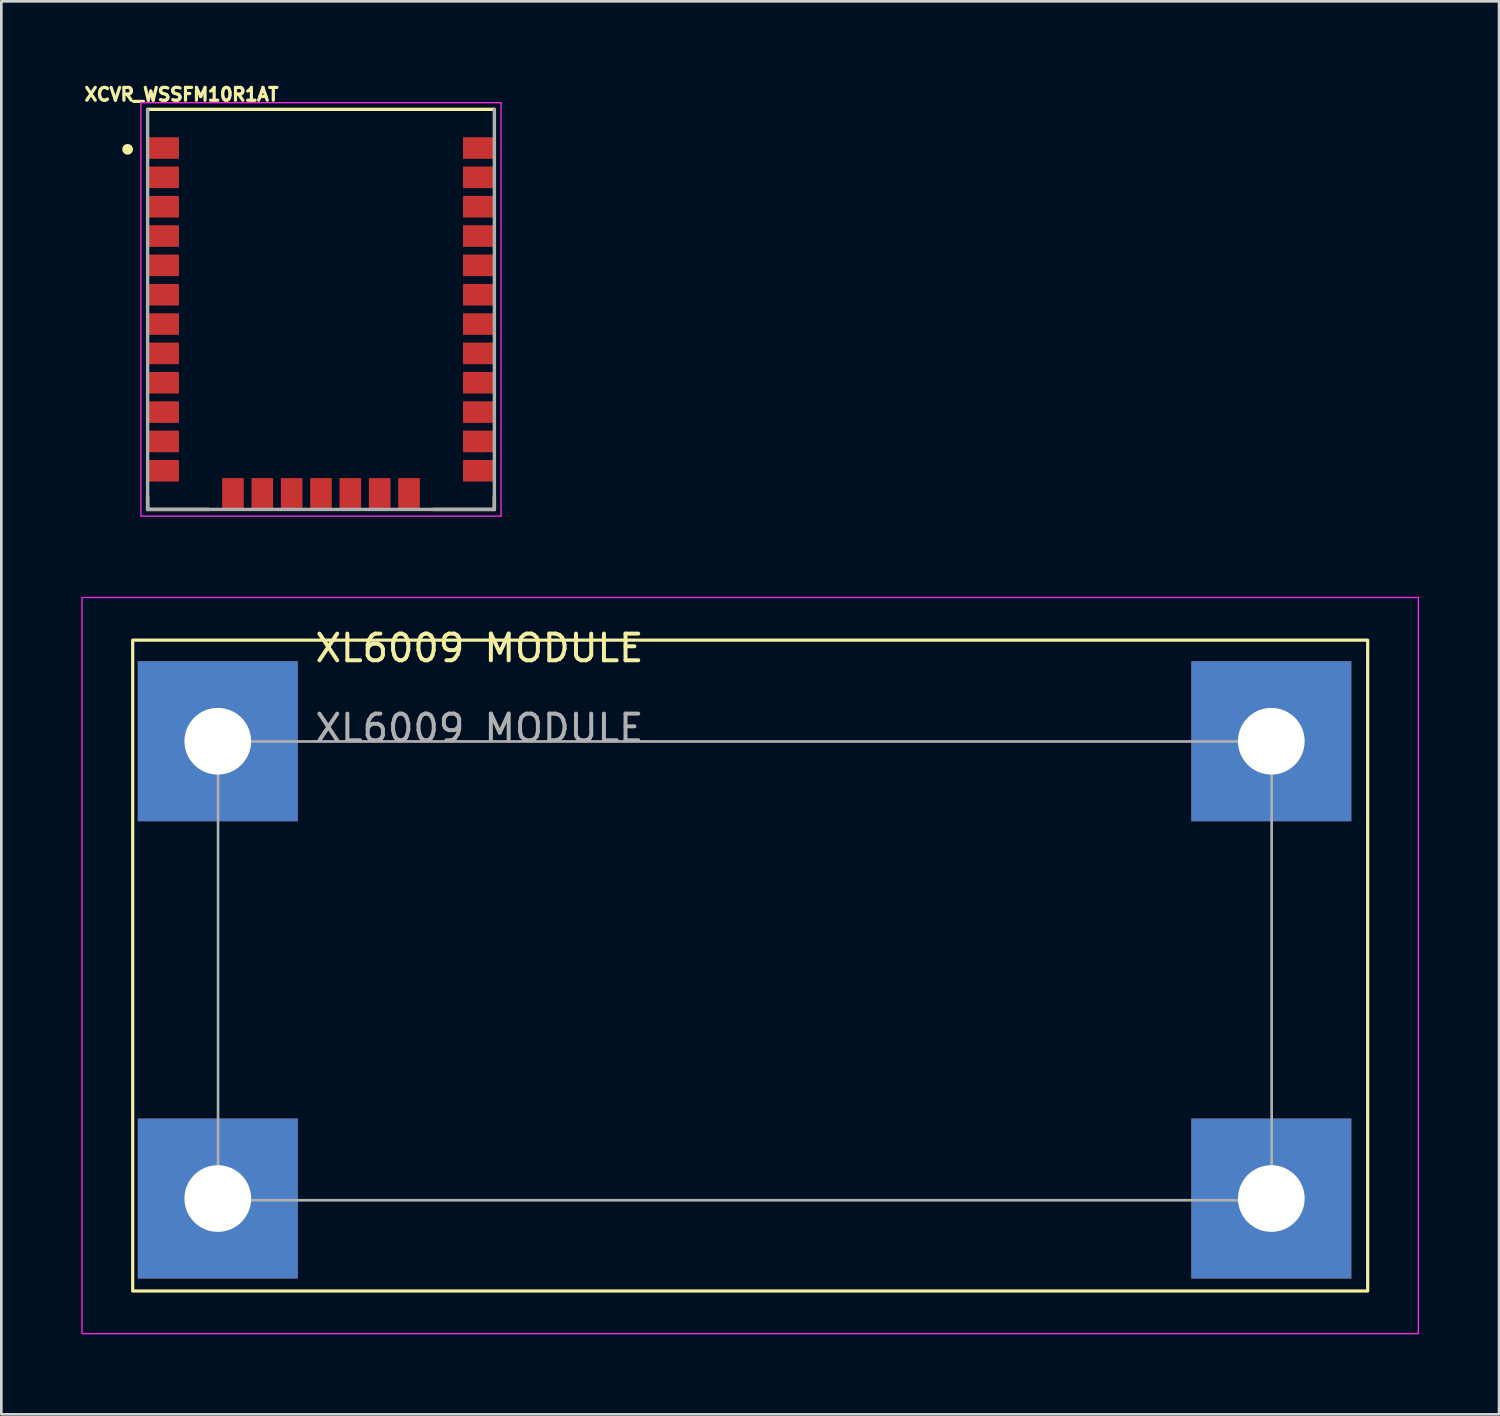
<source format=kicad_pcb>
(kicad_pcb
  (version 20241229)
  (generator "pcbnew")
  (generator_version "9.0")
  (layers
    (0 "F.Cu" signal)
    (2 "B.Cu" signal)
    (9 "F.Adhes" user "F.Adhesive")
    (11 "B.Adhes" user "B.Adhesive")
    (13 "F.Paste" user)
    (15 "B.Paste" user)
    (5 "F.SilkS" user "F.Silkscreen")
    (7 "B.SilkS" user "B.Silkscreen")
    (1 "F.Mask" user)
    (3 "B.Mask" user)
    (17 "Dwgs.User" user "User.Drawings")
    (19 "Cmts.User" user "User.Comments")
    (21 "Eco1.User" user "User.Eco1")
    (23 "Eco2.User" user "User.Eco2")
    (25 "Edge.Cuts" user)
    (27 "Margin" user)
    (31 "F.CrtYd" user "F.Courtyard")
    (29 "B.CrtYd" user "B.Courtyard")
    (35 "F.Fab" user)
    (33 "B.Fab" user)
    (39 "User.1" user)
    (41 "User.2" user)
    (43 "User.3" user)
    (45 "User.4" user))
  (footprint "XCVR_WSSFM10R1AT"
    (layer "F.Cu")
    (at 8.984 8.549)
    (property "Reference" "XCVR_WSSFM10R1AT" (at -5.228 -8.058 0) (layer "F.SilkS") (effects (font (size 0.48 0.48) (thickness 0.15))))
    (attr smd)
    (fp_line (start -6.5 -7.5) (end 6.5 -7.5) (stroke (width 0.127) (type solid)) (layer "F.SilkS"))
    (fp_line (start -6.5 7) (end -6.5 7.5) (stroke (width 0.127) (type solid)) (layer "F.SilkS"))
    (fp_line (start -6.5 7.5) (end -4.2 7.5) (stroke (width 0.127) (type solid)) (layer "F.SilkS"))
    (fp_line (start 6.5 7) (end 6.5 7.5) (stroke (width 0.127) (type solid)) (layer "F.SilkS"))
    (fp_line (start 6.5 7.5) (end 4.2 7.5) (stroke (width 0.127) (type solid)) (layer "F.SilkS"))
    (fp_circle (center -7.25 -6) (end -7.05 -6) (stroke (width 0) (type solid)) (fill yes) (layer "F.SilkS"))
    (fp_line (start -6.75 -7.75) (end 6.75 -7.75) (stroke (width 0.05) (type solid)) (layer "F.CrtYd"))
    (fp_line (start -6.75 7.75) (end -6.75 -7.75) (stroke (width 0.05) (type solid)) (layer "F.CrtYd"))
    (fp_line (start -6.75 7.75) (end 6.75 7.75) (stroke (width 0.05) (type solid)) (layer "F.CrtYd"))
    (fp_line (start 6.75 -7.75) (end 6.75 7.75) (stroke (width 0.05) (type solid)) (layer "F.CrtYd"))
    (fp_line (start -6.5 7.5) (end -6.5 -7.5) (stroke (width 0.127) (type solid)) (layer "F.Fab"))
    (fp_line (start 6.5 -7.5) (end 6.5 7.5) (stroke (width 0.127) (type solid)) (layer "F.Fab"))
    (fp_line (start 6.5 7.5) (end -6.5 7.5) (stroke (width 0.127) (type solid)) (layer "F.Fab"))
    (pad "1" smd rect (at -5.9 -6.05) (size 1.15 0.81) (layers "F.Cu" "F.Mask" "F.Paste"))
    (pad "2" smd rect (at -5.9 -4.95) (size 1.15 0.81) (layers "F.Cu" "F.Mask" "F.Paste"))
    (pad "3" smd rect (at -5.9 -3.85) (size 1.15 0.81) (layers "F.Cu" "F.Mask" "F.Paste"))
    (pad "4" smd rect (at -5.9 -2.75) (size 1.15 0.81) (layers "F.Cu" "F.Mask" "F.Paste"))
    (pad "5" smd rect (at -5.9 -1.65) (size 1.15 0.81) (layers "F.Cu" "F.Mask" "F.Paste"))
    (pad "6" smd rect (at -5.9 -0.55) (size 1.15 0.81) (layers "F.Cu" "F.Mask" "F.Paste"))
    (pad "7" smd rect (at -5.9 0.55) (size 1.15 0.81) (layers "F.Cu" "F.Mask" "F.Paste"))
    (pad "8" smd rect (at -5.9 1.65) (size 1.15 0.81) (layers "F.Cu" "F.Mask" "F.Paste"))
    (pad "9" smd rect (at -5.9 2.75) (size 1.15 0.81) (layers "F.Cu" "F.Mask" "F.Paste"))
    (pad "10" smd rect (at -5.9 3.85) (size 1.15 0.81) (layers "F.Cu" "F.Mask" "F.Paste"))
    (pad "11" smd rect (at -5.9 4.95) (size 1.15 0.81) (layers "F.Cu" "F.Mask" "F.Paste"))
    (pad "12" smd rect (at -5.9 6.05) (size 1.15 0.81) (layers "F.Cu" "F.Mask" "F.Paste"))
    (pad "13" smd rect (at -3.3 6.9 90) (size 1.15 0.81) (layers "F.Cu" "F.Mask" "F.Paste"))
    (pad "14" smd rect (at -2.2 6.9 90) (size 1.15 0.81) (layers "F.Cu" "F.Mask" "F.Paste"))
    (pad "15" smd rect (at -1.1 6.9 90) (size 1.15 0.81) (layers "F.Cu" "F.Mask" "F.Paste"))
    (pad "16" smd rect (at 0 6.9 90) (size 1.15 0.81) (layers "F.Cu" "F.Mask" "F.Paste"))
    (pad "17" smd rect (at 1.1 6.9 90) (size 1.15 0.81) (layers "F.Cu" "F.Mask" "F.Paste"))
    (pad "18" smd rect (at 2.2 6.9 90) (size 1.15 0.81) (layers "F.Cu" "F.Mask" "F.Paste"))
    (pad "19" smd rect (at 3.3 6.9 90) (size 1.15 0.81) (layers "F.Cu" "F.Mask" "F.Paste"))
    (pad "20" smd rect (at 5.9 6.05 180) (size 1.15 0.81) (layers "F.Cu" "F.Mask" "F.Paste"))
    (pad "21" smd rect (at 5.9 4.95 180) (size 1.15 0.81) (layers "F.Cu" "F.Mask" "F.Paste"))
    (pad "22" smd rect (at 5.9 3.85 180) (size 1.15 0.81) (layers "F.Cu" "F.Mask" "F.Paste"))
    (pad "23" smd rect (at 5.9 2.75 180) (size 1.15 0.81) (layers "F.Cu" "F.Mask" "F.Paste"))
    (pad "24" smd rect (at 5.9 1.65 180) (size 1.15 0.81) (layers "F.Cu" "F.Mask" "F.Paste"))
    (pad "25" smd rect (at 5.9 0.55 180) (size 1.15 0.81) (layers "F.Cu" "F.Mask" "F.Paste"))
    (pad "26" smd rect (at 5.9 -0.55 180) (size 1.15 0.81) (layers "F.Cu" "F.Mask" "F.Paste"))
    (pad "27" smd rect (at 5.9 -1.65 180) (size 1.15 0.81) (layers "F.Cu" "F.Mask" "F.Paste"))
    (pad "28" smd rect (at 5.9 -2.75 180) (size 1.15 0.81) (layers "F.Cu" "F.Mask" "F.Paste"))
    (pad "29" smd rect (at 5.9 -3.85 180) (size 1.15 0.81) (layers "F.Cu" "F.Mask" "F.Paste"))
    (pad "30" smd rect (at 5.9 -4.95 180) (size 1.15 0.81) (layers "F.Cu" "F.Mask" "F.Paste"))
    (pad "31" smd rect (at 5.9 -6.05 180) (size 1.15 0.81) (layers "F.Cu" "F.Mask" "F.Paste")))
  (footprint "XL6009 MODULE"
    (layer "F.Cu")
    (at 5.125 24.749)
    (property "Reference" "XL6009 MODULE" (at 9.8 -3.5 0) (unlocked yes) (layer "F.SilkS") (effects (font (size 1 1) (thickness 0.15))))
    (attr smd)
    (fp_rect (start -3.2 -3.8) (end 43.1 20.6) (stroke (width 0.12) (type default)) (fill no) (layer "F.SilkS"))
    (fp_rect (start -5.1 -5.4) (end 45 22.2) (stroke (width 0.05) (type default)) (fill no) (layer "F.CrtYd"))
    (fp_line (start 0 0) (end 39.5 0) (stroke (width 0.1) (type default)) (layer "F.Fab"))
    (fp_line (start 0 17.2) (end 0 0) (stroke (width 0.1) (type default)) (layer "F.Fab"))
    (fp_line (start 39.5 0) (end 39.5 17.2) (stroke (width 0.1) (type default)) (layer "F.Fab"))
    (fp_line (start 39.5 17.2) (end 0 17.2) (stroke (width 0.1) (type default)) (layer "F.Fab"))
    (fp_text user "${REFERENCE}" (at 9.8 -0.5 0) (unlocked yes) (layer "F.Fab") (effects (font (size 1 1) (thickness 0.15))))
    (pad "1" thru_hole rect (at -0.01 -0.01) (size 6 6) (drill 2.5) (layers "*.Cu" "*.Mask"))
    (pad "2" thru_hole rect (at -0.01 17.135) (size 6 6) (drill 2.5) (layers "*.Cu" "*.Mask"))
    (pad "3" thru_hole rect (at 39.487 17.135) (size 6 6) (drill 2.5) (layers "*.Cu" "*.Mask"))
    (pad "4" thru_hole rect (at 39.487 -0.01) (size 6 6) (drill 2.5) (layers "*.Cu" "*.Mask")))
  (gr_rect
    (start -3 -3)
    (end 53.15 49.974)
    (stroke (width 0.1) (type default))
    (fill no)
    (layer "Edge.Cuts")))
</source>
